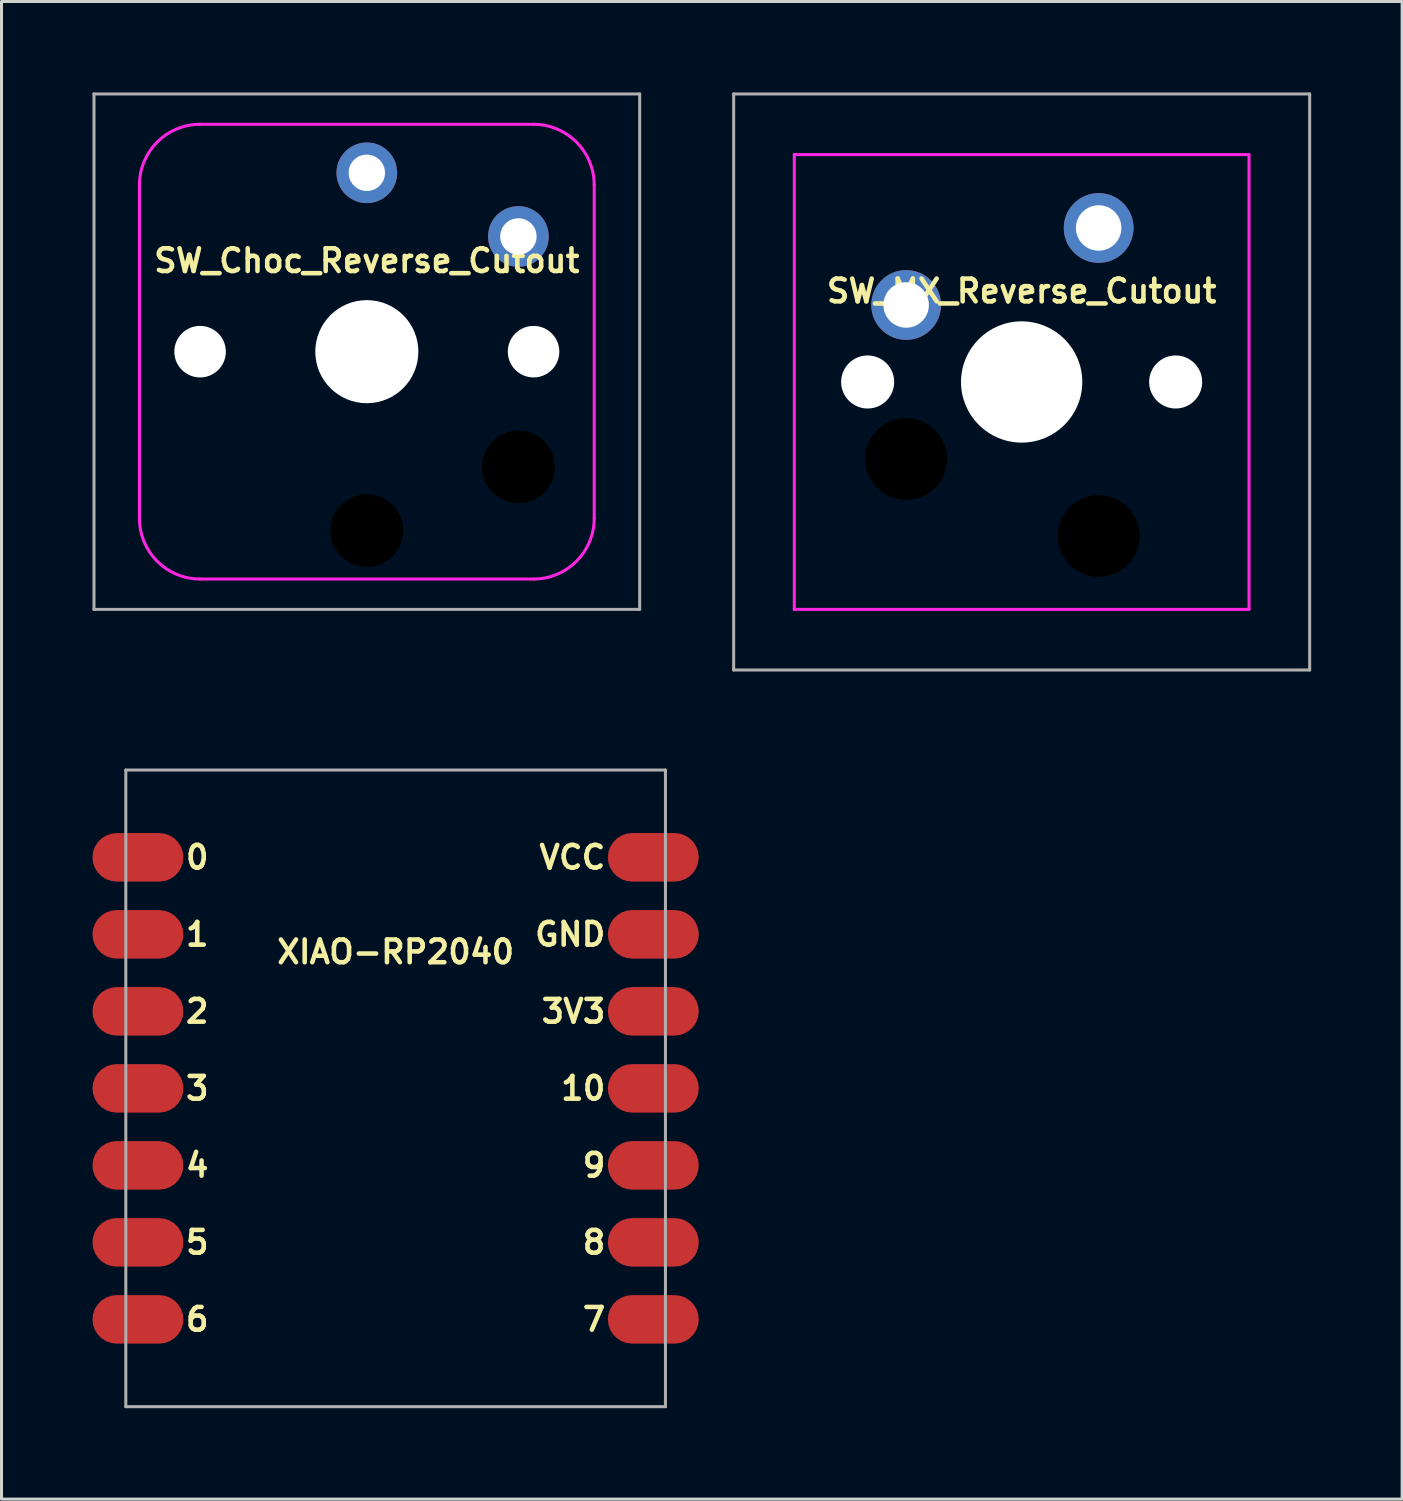
<source format=kicad_pcb>
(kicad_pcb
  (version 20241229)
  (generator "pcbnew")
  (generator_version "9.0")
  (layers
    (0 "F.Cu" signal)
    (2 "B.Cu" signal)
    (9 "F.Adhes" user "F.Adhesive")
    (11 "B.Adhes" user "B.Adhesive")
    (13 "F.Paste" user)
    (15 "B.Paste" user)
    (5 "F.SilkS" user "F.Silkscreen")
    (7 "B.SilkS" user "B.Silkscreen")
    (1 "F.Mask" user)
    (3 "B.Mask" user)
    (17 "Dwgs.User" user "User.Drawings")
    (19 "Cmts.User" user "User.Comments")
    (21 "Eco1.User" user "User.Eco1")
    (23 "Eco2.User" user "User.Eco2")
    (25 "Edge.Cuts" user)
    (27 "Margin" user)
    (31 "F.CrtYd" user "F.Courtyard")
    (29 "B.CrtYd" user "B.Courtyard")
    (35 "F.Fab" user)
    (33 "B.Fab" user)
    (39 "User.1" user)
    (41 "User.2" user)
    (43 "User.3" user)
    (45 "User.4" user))
  (footprint "XIAO-RP2040"
    (layer "F.Cu")
    (at 10 22.35)
    (property "Reference" "XIAO-RP2040" (at 0 6 0) (layer "F.SilkS") (effects (font (size 0.75 0.75) (thickness 0.15))))
    (attr smd)
    (fp_line (start -8.9 0) (end -8.9 21) (stroke (width 0.1) (type solid)) (layer "F.Fab"))
    (fp_line (start -8.9 21) (end 8.9 21) (stroke (width 0.1) (type solid)) (layer "F.Fab"))
    (fp_line (start 8.88 19.066) (end 8.881 19.017) (stroke (width 0.025) (type solid)) (layer "F.Fab"))
    (fp_line (start 8.881 19.017) (end 8.882 18.968) (stroke (width 0.025) (type solid)) (layer "F.Fab"))
    (fp_line (start 8.9 0) (end -8.9 0) (stroke (width 0.1) (type solid)) (layer "F.Fab"))
    (fp_line (start 8.9 0) (end 8.9 21) (stroke (width 0.1) (type solid)) (layer "F.Fab"))
    (fp_text user "9" (at 7 13.04 0) (unlocked yes) (layer "F.SilkS") (effects (font (size 0.75 0.75) (thickness 0.15)) (justify right)))
    (fp_text user "3" (at -7 10.5 0) (unlocked yes) (layer "F.SilkS") (effects (font (size 0.75 0.75) (thickness 0.15)) (justify left)))
    (fp_text user "0" (at -7 2.88 0) (unlocked yes) (layer "F.SilkS") (effects (font (size 0.75 0.75) (thickness 0.15)) (justify left)))
    (fp_text user "GND" (at 7 5.42 0) (unlocked yes) (layer "F.SilkS") (effects (font (size 0.75 0.75) (thickness 0.15)) (justify right)))
    (fp_text user "5" (at -7 15.58 0) (unlocked yes) (layer "F.SilkS") (effects (font (size 0.75 0.75) (thickness 0.15)) (justify left)))
    (fp_text user "10" (at 7 10.5 0) (unlocked yes) (layer "F.SilkS") (effects (font (size 0.75 0.75) (thickness 0.15)) (justify right)))
    (fp_text user "7" (at 7 18.12 0) (unlocked yes) (layer "F.SilkS") (effects (font (size 0.75 0.75) (thickness 0.15)) (justify right)))
    (fp_text user "6" (at -7 18.12 0) (unlocked yes) (layer "F.SilkS") (effects (font (size 0.75 0.75) (thickness 0.15)) (justify left)))
    (fp_text user "4" (at -7 13.04 0) (unlocked yes) (layer "F.SilkS") (effects (font (size 0.75 0.75) (thickness 0.15)) (justify left)))
    (fp_text user "3V3" (at 7 7.96 0) (unlocked yes) (layer "F.SilkS") (effects (font (size 0.75 0.75) (thickness 0.15)) (justify right)))
    (fp_text user "8" (at 7 15.58 0) (unlocked yes) (layer "F.SilkS") (effects (font (size 0.75 0.75) (thickness 0.15)) (justify right)))
    (fp_text user "1" (at -7 5.42 0) (unlocked yes) (layer "F.SilkS") (effects (font (size 0.75 0.75) (thickness 0.15)) (justify left)))
    (fp_text user "2" (at -7 7.96 0) (unlocked yes) (layer "F.SilkS") (effects (font (size 0.75 0.75) (thickness 0.15)) (justify left)))
    (fp_text user "VCC" (at 7 2.88 0) (unlocked yes) (layer "F.SilkS") (effects (font (size 0.75 0.75) (thickness 0.15)) (justify right)))
    (pad "1" smd roundrect (at -8.5 2.88) (size 3 1.6) (layers "F.Cu" "F.Mask" "F.Paste") (roundrect_rratio 0.5))
    (pad "2" smd roundrect (at -8.5 5.42) (size 3 1.6) (layers "F.Cu" "F.Mask" "F.Paste") (roundrect_rratio 0.5))
    (pad "3" smd roundrect (at -8.5 7.96) (size 3 1.6) (layers "F.Cu" "F.Mask" "F.Paste") (roundrect_rratio 0.5))
    (pad "4" smd roundrect (at -8.5 10.5) (size 3 1.6) (layers "F.Cu" "F.Mask" "F.Paste") (roundrect_rratio 0.5))
    (pad "5" smd roundrect (at -8.5 13.04) (size 3 1.6) (layers "F.Cu" "F.Mask" "F.Paste") (roundrect_rratio 0.5))
    (pad "6" smd roundrect (at -8.5 15.58) (size 3 1.6) (layers "F.Cu" "F.Mask" "F.Paste") (roundrect_rratio 0.5))
    (pad "7" smd roundrect (at -8.5 18.12) (size 3 1.6) (layers "F.Cu" "F.Mask" "F.Paste") (roundrect_rratio 0.5))
    (pad "8" smd roundrect (at 8.5 18.12) (size 3 1.6) (layers "F.Cu" "F.Mask" "F.Paste") (roundrect_rratio 0.5))
    (pad "9" smd roundrect (at 8.5 15.58) (size 3 1.6) (layers "F.Cu" "F.Mask" "F.Paste") (roundrect_rratio 0.5))
    (pad "10" smd roundrect (at 8.5 13.04) (size 3 1.6) (layers "F.Cu" "F.Mask" "F.Paste") (roundrect_rratio 0.5))
    (pad "11" smd roundrect (at 8.5 10.5) (size 3 1.6) (layers "F.Cu" "F.Mask" "F.Paste") (roundrect_rratio 0.5))
    (pad "12" smd roundrect (at 8.5 7.96) (size 3 1.6) (layers "F.Cu" "F.Mask" "F.Paste") (roundrect_rratio 0.5))
    (pad "13" smd roundrect (at 8.5 5.42) (size 3 1.6) (layers "F.Cu" "F.Mask" "F.Paste") (roundrect_rratio 0.5))
    (pad "14" smd roundrect (at 8.5 2.88) (size 3 1.6) (layers "F.Cu" "F.Mask" "F.Paste") (roundrect_rratio 0.5)))
  (footprint "SW_Choc_Reverse_Cutout"
    (layer "F.Cu")
    (at 9.05 8.55)
    (property "Reference" "SW_Choc_Reverse_Cutout" (at 0 -3 0) (layer "F.SilkS") (effects (font (size 0.75 0.75) (thickness 0.15))))
    (attr through_hole)
    (fp_line (start -7.5 -5.5) (end -7.5 5.5) (stroke (width 0.1) (type solid)) (layer "F.CrtYd"))
    (fp_line (start 5.5 -7.5) (end -5.5 -7.5) (stroke (width 0.1) (type solid)) (layer "F.CrtYd"))
    (fp_line (start 5.5 7.5) (end -5.5 7.5) (stroke (width 0.1) (type solid)) (layer "F.CrtYd"))
    (fp_line (start 7.5 -5.5) (end 7.5 5.5) (stroke (width 0.1) (type solid)) (layer "F.CrtYd"))
    (fp_arc (start -7.5 -5.5) (mid -6.914214 -6.914214) (end -5.5 -7.5) (stroke (width 0.1) (type solid)) (layer "F.CrtYd"))
    (fp_arc (start -5.5 7.5) (mid -6.914214 6.914214) (end -7.5 5.5) (stroke (width 0.1) (type solid)) (layer "F.CrtYd"))
    (fp_arc (start 5.5 -7.5) (mid 6.914214 -6.914214) (end 7.5 -5.5) (stroke (width 0.1) (type solid)) (layer "F.CrtYd"))
    (fp_arc (start 7.5 5.5) (mid 6.914214 6.914214) (end 5.5 7.5) (stroke (width 0.1) (type solid)) (layer "F.CrtYd"))
    (fp_line (start -9 -8.5) (end 9 -8.5) (stroke (width 0.1) (type solid)) (layer "F.Fab"))
    (fp_line (start -9 8.5) (end -9 -8.5) (stroke (width 0.1) (type solid)) (layer "F.Fab"))
    (fp_line (start 9 -8.5) (end 9 8.5) (stroke (width 0.1) (type solid)) (layer "F.Fab"))
    (fp_line (start 9 8.5) (end -9 8.5) (stroke (width 0.1) (type solid)) (layer "F.Fab"))
    (pad "" np_thru_hole circle (at -5.5 0) (size 1.7 1.7) (drill 1.7) (layers "*.Cu" "*.Mask"))
    (pad "" np_thru_hole circle (at 0 0) (size 3.4 3.4) (drill 3.4) (layers "*.Cu" "*.Mask"))
    (pad "" np_thru_hole circle (at 0 5.9) (size 2.4 2.4) (drill 2.4) (layers "*.Mask"))
    (pad "" np_thru_hole circle (at 5 3.8) (size 2.4 2.4) (drill 2.4) (layers "*.Mask"))
    (pad "" np_thru_hole circle (at 5.5 0) (size 1.7 1.7) (drill 1.7) (layers "*.Cu" "*.Mask"))
    (pad "1" thru_hole circle (at 5 -3.8) (size 2 2) (drill 1.2) (layers "*.Cu" "*.Mask"))
    (pad "2" thru_hole circle (at 0 -5.9) (size 2 2) (drill 1.2) (layers "*.Cu" "*.Mask")))
  (footprint "SW_MX_Reverse_Cutout"
    (layer "F.Cu")
    (at 30.65 9.55)
    (property "Reference" "SW_MX_Reverse_Cutout" (at 0 -3 0) (layer "F.SilkS") (effects (font (size 0.75 0.75) (thickness 0.15))))
    (attr through_hole)
    (fp_line (start -7.5 7.5) (end -7.5 -7.5) (stroke (width 0.1) (type solid)) (layer "F.CrtYd"))
    (fp_line (start -7.5 7.5) (end 7.5 7.5) (stroke (width 0.1) (type solid)) (layer "F.CrtYd"))
    (fp_line (start 7.5 -7.5) (end -7.5 -7.5) (stroke (width 0.1) (type solid)) (layer "F.CrtYd"))
    (fp_line (start 7.5 -7.5) (end 7.5 7.5) (stroke (width 0.1) (type solid)) (layer "F.CrtYd"))
    (fp_line (start -9.5 -9.5) (end 9.5 -9.5) (stroke (width 0.1) (type solid)) (layer "F.Fab"))
    (fp_line (start -9.5 9.5) (end -9.5 -9.5) (stroke (width 0.1) (type solid)) (layer "F.Fab"))
    (fp_line (start -9.5 9.5) (end 9.5 9.5) (stroke (width 0.1) (type solid)) (layer "F.Fab"))
    (fp_line (start 9.5 9.5) (end 9.5 -9.5) (stroke (width 0.1) (type solid)) (layer "F.Fab"))
    (pad "" np_thru_hole circle (at -5.08 0) (size 1.75 1.75) (drill 1.75) (layers "*.Cu" "*.Mask"))
    (pad "" np_thru_hole circle (at -3.81 2.54 180) (size 2.7 2.7) (drill 2.7) (layers "*.Mask"))
    (pad "" np_thru_hole circle (at 0 0) (size 4 4) (drill 4) (layers "*.Cu" "*.Mask"))
    (pad "" np_thru_hole circle (at 2.54 5.08 180) (size 2.7 2.7) (drill 2.7) (layers "*.Mask"))
    (pad "" np_thru_hole circle (at 5.08 0) (size 1.75 1.75) (drill 1.75) (layers "*.Cu" "*.Mask"))
    (pad "1" thru_hole circle (at 2.54 -5.08) (size 2.3 2.3) (drill 1.5) (layers "*.Cu" "*.Mask"))
    (pad "2" thru_hole circle (at -3.81 -2.54) (size 2.3 2.3) (drill 1.5) (layers "*.Cu" "*.Mask")))
  (gr_rect
    (start -3 -3)
    (end 43.2 46.4)
    (stroke (width 0.1) (type default))
    (fill no)
    (layer "Edge.Cuts")))
</source>
